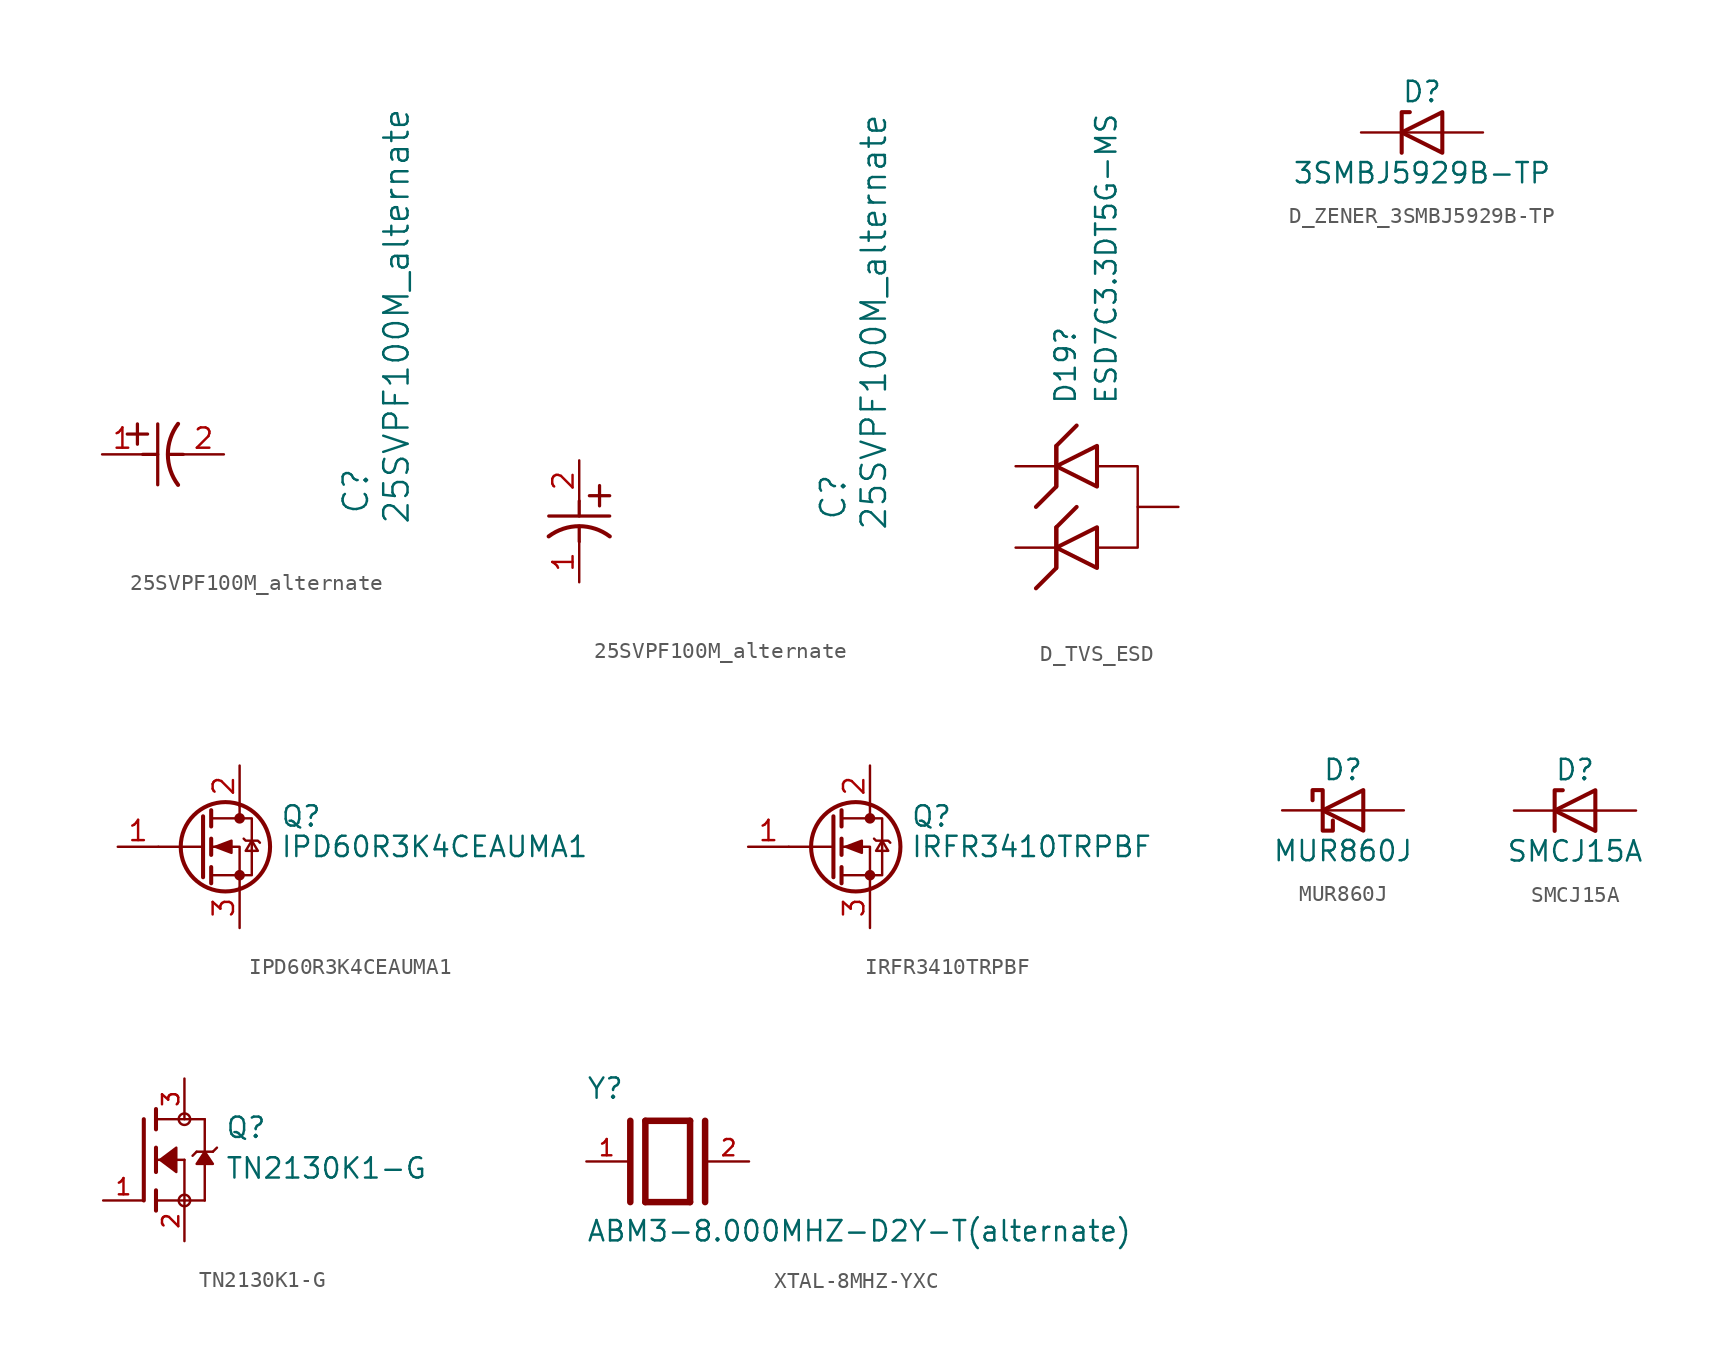
<source format=kicad_sym>
(kicad_symbol_lib
  (version 20241209)
  (generator "kicad_symbol_editor")
  (generator_version "9.0")
  (symbol "25SVPF100M_alternate"
    (pin_names
      (offset 0.254))
    (property "Reference" "C"
      (at 15.875 -3.81 90)
      (effects (font (size 1.524 1.524)) (justify left)))
    (property "Value" "25SVPF100M_alternate"
      (at 18.415 -4.445 90)
      (effects (font (size 1.524 1.524)) (justify left)))
    (symbol "25SVPF100M_alternate_1_1"
      (polyline (pts (xy 1.575 1.27) (xy 2.845 1.27)) (stroke (width 0.203) (type default)) (fill (type none)))
      (polyline (pts (xy 2.21 0.635) (xy 2.21 1.905)) (stroke (width 0.203) (type default)) (fill (type none)))
      (polyline (pts (xy 2.54 0) (xy 3.48 0)) (stroke (width 0.203) (type default)) (fill (type none)))
      (polyline (pts (xy 3.48 -1.905) (xy 3.48 1.905)) (stroke (width 0.203) (type default)) (fill (type none)))
      (polyline (pts (xy 4.115 0) (xy 5.08 0)) (stroke (width 0.203) (type default)) (fill (type none)))
      (arc (start 4.7541 -1.9108) (mid 4.1148 0) (end 4.7541 1.9108) (stroke (width 0.254) (type default)) (fill (type none)))
      (pin unspecified line (at 0 0 0) (length 2.54) (name "" (effects (font (size 1.27 1.27)))) (number "1" (effects (font (size 1.27 1.27)))))
      (pin unspecified line (at 7.62 0 180) (length 2.54) (name "" (effects (font (size 1.27 1.27)))) (number "2" (effects (font (size 1.27 1.27))))))
    (symbol "25SVPF100M_alternate_1_2"
      (polyline (pts (xy -1.905 -3.48) (xy 1.905 -3.48)) (stroke (width 0.203) (type default)) (fill (type none)))
      (polyline (pts (xy 0 -2.54) (xy 0 -3.48)) (stroke (width 0.203) (type default)) (fill (type none)))
      (polyline (pts (xy 0 -4.115) (xy 0 -5.08)) (stroke (width 0.203) (type default)) (fill (type none)))
      (arc (start -1.9108 -4.7541) (mid 0 -4.1148) (end 1.9108 -4.7541) (stroke (width 0.254) (type default)) (fill (type none)))
      (polyline (pts (xy 0.635 -2.21) (xy 1.905 -2.21)) (stroke (width 0.203) (type default)) (fill (type none)))
      (polyline (pts (xy 1.27 -1.575) (xy 1.27 -2.845)) (stroke (width 0.203) (type default)) (fill (type none)))
      (pin unspecified line (at 0 0 270) (length 2.54) (name "" (effects (font (size 1.27 1.27)))) (number "2" (effects (font (size 1.27 1.27)))))
      (pin unspecified line (at 0 -7.62 90) (length 2.54) (name "" (effects (font (size 1.27 1.27)))) (number "1" (effects (font (size 1.27 1.27)))))))
  (symbol "D_TVS_ESD"
    (pin_numbers
      (hide yes))
    (pin_names
      (offset 1.016)
      (hide yes))
    (property "Reference" "D19"
      (at -0.699 6.35 90)
      (effects (font (size 1.27 1.27)) (justify left)))
    (property "Value" "ESD7C3.3DT5G-MS"
      (at 1.841 6.35 90)
      (effects (font (size 1.27 1.27)) (justify left)))
    (symbol "D_TVS_ESD_0_1"
      (polyline (pts (xy -1.27 3.81) (xy -1.27 1.27) (xy -2.54 0)) (stroke (width 0.254) (type default)) (fill (type none)))
      (polyline (pts (xy -1.27 1.27) (xy -1.27 3.81) (xy 0 5.08)) (stroke (width 0.254) (type default)) (fill (type none)))
      (polyline (pts (xy -1.27 -1.27) (xy -1.27 -3.81) (xy -2.54 -5.08)) (stroke (width 0.254) (type default)) (fill (type none)))
      (polyline (pts (xy -1.27 -3.81) (xy -1.27 -1.27) (xy 0 0)) (stroke (width 0.254) (type default)) (fill (type none)))
      (polyline (pts (xy 1.27 2.54) (xy 3.81 2.54) (xy 3.81 -2.54) (xy 1.27 -2.54)) (stroke (width 0) (type default)) (fill (type none)))
      (polyline (pts (xy 1.27 1.27) (xy 1.27 3.81) (xy -1.27 2.54) (xy 1.27 1.27)) (stroke (width 0.254) (type default)) (fill (type none)))
      (polyline (pts (xy 1.27 -3.81) (xy 1.27 -1.27) (xy -1.27 -2.54) (xy 1.27 -3.81)) (stroke (width 0.254) (type default)) (fill (type none))))
    (symbol "D_TVS_ESD_1_1"
      (pin passive line (at -3.81 2.54 0) (length 2.54) (name "~" (effects (font (size 1.27 1.27)))) (number "1" (effects (font (size 1.27 1.27)))))
      (pin passive line (at -3.81 -2.54 0) (length 2.54) (name "~" (effects (font (size 1.27 1.27)))) (number "2" (effects (font (size 1.27 1.27)))))
      (pin passive line (at 6.35 0 180) (length 2.54) (name "~" (effects (font (size 1.27 1.27)))) (number "3" (effects (font (size 1.27 1.27)))))))
  (symbol "D_ZENER_3SMBJ5929B-TP"
    (pin_numbers
      (hide yes))
    (pin_names
      (offset 1.016)
      (hide yes))
    (property "Reference" "D"
      (at 0 2.54 0)
      (effects (font (size 1.27 1.27))))
    (property "Value" "3SMBJ5929B-TP"
      (at 0 -2.54 0)
      (effects (font (size 1.27 1.27))))
    (symbol "D_ZENER_3SMBJ5929B-TP_0_1"
      (polyline (pts (xy -1.27 -1.27) (xy -1.27 1.27) (xy -0.762 1.27)) (stroke (width 0.254) (type default)) (fill (type none)))
      (polyline (pts (xy 1.27 0) (xy -1.27 0)) (stroke (width 0) (type default)) (fill (type none)))
      (polyline (pts (xy 1.27 -1.27) (xy 1.27 1.27) (xy -1.27 0) (xy 1.27 -1.27)) (stroke (width 0.254) (type default)) (fill (type none))))
    (symbol "D_ZENER_3SMBJ5929B-TP_1_1"
      (pin passive line (at -3.81 0 0) (length 2.54) (name "K" (effects (font (size 1.27 1.27)))) (number "1" (effects (font (size 1.27 1.27)))))
      (pin passive line (at 3.81 0 180) (length 2.54) (name "A" (effects (font (size 1.27 1.27)))) (number "2" (effects (font (size 1.27 1.27)))))))
  (symbol "IPD60R3K4CEAUMA1"
    (pin_names
      (hide yes))
    (property "Reference" "Q"
      (at 5.08 1.905 0)
      (effects (font (size 1.27 1.27)) (justify left)))
    (property "Value" "IPD60R3K4CEAUMA1"
      (at 5.08 0 0)
      (effects (font (size 1.27 1.27)) (justify left)))
    (symbol "IPD60R3K4CEAUMA1_0_1"
      (polyline (pts (xy 0.254 1.905) (xy 0.254 -1.905)) (stroke (width 0.254) (type default)) (fill (type none)))
      (polyline (pts (xy 0.254 0) (xy -2.54 0)) (stroke (width 0) (type default)) (fill (type none)))
      (polyline (pts (xy 0.762 2.286) (xy 0.762 1.27)) (stroke (width 0.254) (type default)) (fill (type none)))
      (polyline (pts (xy 0.762 0.508) (xy 0.762 -0.508)) (stroke (width 0.254) (type default)) (fill (type none)))
      (polyline (pts (xy 0.762 -1.27) (xy 0.762 -2.286)) (stroke (width 0.254) (type default)) (fill (type none)))
      (polyline (pts (xy 0.762 -1.778) (xy 3.302 -1.778) (xy 3.302 1.778) (xy 0.762 1.778)) (stroke (width 0) (type default)) (fill (type none)))
      (polyline (pts (xy 1.016 0) (xy 2.032 0.381) (xy 2.032 -0.381) (xy 1.016 0)) (stroke (width 0) (type default)) (fill (type outline)))
      (circle (center 1.651 0) (radius 2.794) (stroke (width 0.254) (type default)) (fill (type none)))
      (polyline (pts (xy 2.54 2.54) (xy 2.54 1.778)) (stroke (width 0) (type default)) (fill (type none)))
      (circle (center 2.54 1.778) (radius 0.254) (stroke (width 0) (type default)) (fill (type outline)))
      (circle (center 2.54 -1.778) (radius 0.254) (stroke (width 0) (type default)) (fill (type outline)))
      (polyline (pts (xy 2.54 -2.54) (xy 2.54 0) (xy 0.762 0)) (stroke (width 0) (type default)) (fill (type none)))
      (polyline (pts (xy 2.794 0.508) (xy 2.921 0.381) (xy 3.683 0.381) (xy 3.81 0.254)) (stroke (width 0) (type default)) (fill (type none)))
      (polyline (pts (xy 3.302 0.381) (xy 2.921 -0.254) (xy 3.683 -0.254) (xy 3.302 0.381)) (stroke (width 0) (type default)) (fill (type none))))
    (symbol "IPD60R3K4CEAUMA1_1_1"
      (pin passive line (at -5.08 0 0) (length 2.54) (name "G" (effects (font (size 1.27 1.27)))) (number "1" (effects (font (size 1.27 1.27)))))
      (pin passive line (at 2.54 5.08 270) (length 2.54) (name "D" (effects (font (size 1.27 1.27)))) (number "2" (effects (font (size 1.27 1.27)))))
      (pin passive line (at 2.54 -5.08 90) (length 2.54) (name "S" (effects (font (size 1.27 1.27)))) (number "3" (effects (font (size 1.27 1.27)))))))
  (symbol "IRFR3410TRPBF"
    (pin_names
      (hide yes))
    (property "Reference" "Q"
      (at 5.08 1.905 0)
      (effects (font (size 1.27 1.27)) (justify left)))
    (property "Value" "IRFR3410TRPBF"
      (at 5.08 0 0)
      (effects (font (size 1.27 1.27)) (justify left)))
    (symbol "IRFR3410TRPBF_0_1"
      (polyline (pts (xy 0.254 1.905) (xy 0.254 -1.905)) (stroke (width 0.254) (type default)) (fill (type none)))
      (polyline (pts (xy 0.254 0) (xy -2.54 0)) (stroke (width 0) (type default)) (fill (type none)))
      (polyline (pts (xy 0.762 2.286) (xy 0.762 1.27)) (stroke (width 0.254) (type default)) (fill (type none)))
      (polyline (pts (xy 0.762 0.508) (xy 0.762 -0.508)) (stroke (width 0.254) (type default)) (fill (type none)))
      (polyline (pts (xy 0.762 -1.27) (xy 0.762 -2.286)) (stroke (width 0.254) (type default)) (fill (type none)))
      (polyline (pts (xy 0.762 -1.778) (xy 3.302 -1.778) (xy 3.302 1.778) (xy 0.762 1.778)) (stroke (width 0) (type default)) (fill (type none)))
      (polyline (pts (xy 1.016 0) (xy 2.032 0.381) (xy 2.032 -0.381) (xy 1.016 0)) (stroke (width 0) (type default)) (fill (type outline)))
      (circle (center 1.651 0) (radius 2.794) (stroke (width 0.254) (type default)) (fill (type none)))
      (polyline (pts (xy 2.54 2.54) (xy 2.54 1.778)) (stroke (width 0) (type default)) (fill (type none)))
      (circle (center 2.54 1.778) (radius 0.254) (stroke (width 0) (type default)) (fill (type outline)))
      (circle (center 2.54 -1.778) (radius 0.254) (stroke (width 0) (type default)) (fill (type outline)))
      (polyline (pts (xy 2.54 -2.54) (xy 2.54 0) (xy 0.762 0)) (stroke (width 0) (type default)) (fill (type none)))
      (polyline (pts (xy 2.794 0.508) (xy 2.921 0.381) (xy 3.683 0.381) (xy 3.81 0.254)) (stroke (width 0) (type default)) (fill (type none)))
      (polyline (pts (xy 3.302 0.381) (xy 2.921 -0.254) (xy 3.683 -0.254) (xy 3.302 0.381)) (stroke (width 0) (type default)) (fill (type none))))
    (symbol "IRFR3410TRPBF_1_1"
      (pin passive line (at -5.08 0 0) (length 2.54) (name "G" (effects (font (size 1.27 1.27)))) (number "1" (effects (font (size 1.27 1.27)))))
      (pin passive line (at 2.54 5.08 270) (length 2.54) (name "D" (effects (font (size 1.27 1.27)))) (number "2" (effects (font (size 1.27 1.27)))))
      (pin passive line (at 2.54 -5.08 90) (length 2.54) (name "S" (effects (font (size 1.27 1.27)))) (number "3" (effects (font (size 1.27 1.27)))))))
  (symbol "MUR860J"
    (pin_numbers
      (hide yes))
    (pin_names
      (offset 1.016)
      (hide yes))
    (property "Reference" "D"
      (at 0 2.54 0)
      (effects (font (size 1.27 1.27))))
    (property "Value" "MUR860J"
      (at 0 -2.54 0)
      (effects (font (size 1.27 1.27))))
    (symbol "MUR860J_0_1"
      (polyline (pts (xy -1.905 0.635) (xy -1.905 1.27) (xy -1.27 1.27) (xy -1.27 -1.27) (xy -0.635 -1.27) (xy -0.635 -0.635)) (stroke (width 0.254) (type default)) (fill (type none)))
      (polyline (pts (xy 1.27 1.27) (xy 1.27 -1.27) (xy -1.27 0) (xy 1.27 1.27)) (stroke (width 0.254) (type default)) (fill (type none)))
      (polyline (pts (xy 1.27 0) (xy -1.27 0)) (stroke (width 0) (type default)) (fill (type none))))
    (symbol "MUR860J_1_1"
      (pin passive line (at -3.81 0 0) (length 2.54) (name "K" (effects (font (size 1.27 1.27)))) (number "1" (effects (font (size 1.27 1.27)))))
      (pin passive line (at 3.81 0 180) (length 2.54) (name "A" (effects (font (size 1.27 1.27)))) (number "2" (effects (font (size 1.27 1.27)))))))
  (symbol "SMCJ15A"
    (pin_numbers
      (hide yes))
    (pin_names
      (offset 1.016)
      (hide yes))
    (property "Reference" "D"
      (at 0 2.54 0)
      (effects (font (size 1.27 1.27))))
    (property "Value" "SMCJ15A"
      (at 0 -2.54 0)
      (effects (font (size 1.27 1.27))))
    (symbol "SMCJ15A_0_1"
      (polyline (pts (xy -1.27 -1.27) (xy -1.27 1.27) (xy -0.762 1.27)) (stroke (width 0.254) (type default)) (fill (type none)))
      (polyline (pts (xy 1.27 0) (xy -1.27 0)) (stroke (width 0) (type default)) (fill (type none)))
      (polyline (pts (xy 1.27 -1.27) (xy 1.27 1.27) (xy -1.27 0) (xy 1.27 -1.27)) (stroke (width 0.254) (type default)) (fill (type none))))
    (symbol "SMCJ15A_1_1"
      (pin passive line (at -3.81 0 0) (length 2.54) (name "K" (effects (font (size 1.27 1.27)))) (number "1" (effects (font (size 1.27 1.27)))))
      (pin passive line (at 3.81 0 180) (length 2.54) (name "A" (effects (font (size 1.27 1.27)))) (number "2" (effects (font (size 1.27 1.27)))))))
  (symbol "TN2130K1-G"
    (pin_names
      (offset 1.016))
    (property "Reference" "Q"
      (at 5.08 1.27 0)
      (effects (font (size 1.27 1.27)) (justify left bottom)))
    (property "Value" "TN2130K1-G"
      (at 5.08 -1.27 0)
      (effects (font (size 1.27 1.27)) (justify left bottom)))
    (symbol "TN2130K1-G_0_0"
      (polyline (pts (xy 0 2.54) (xy 0 -2.54)) (stroke (width 0.254) (type default)) (fill (type none)))
      (polyline (pts (xy 0.762 3.175) (xy 0.762 2.54)) (stroke (width 0.254) (type default)) (fill (type none)))
      (polyline (pts (xy 0.762 2.54) (xy 0.762 1.905)) (stroke (width 0.254) (type default)) (fill (type none)))
      (polyline (pts (xy 0.762 2.54) (xy 3.81 2.54)) (stroke (width 0.152) (type default)) (fill (type none)))
      (polyline (pts (xy 0.762 0.762) (xy 0.762 0)) (stroke (width 0.254) (type default)) (fill (type none)))
      (polyline (pts (xy 0.762 0) (xy 0.762 -0.762)) (stroke (width 0.254) (type default)) (fill (type none)))
      (polyline (pts (xy 0.762 0) (xy 2.54 0)) (stroke (width 0.152) (type default)) (fill (type none)))
      (polyline (pts (xy 0.762 -1.905) (xy 0.762 -2.54)) (stroke (width 0.254) (type default)) (fill (type none)))
      (polyline (pts (xy 0.762 -2.54) (xy 0.762 -3.175)) (stroke (width 0.254) (type default)) (fill (type none)))
      (polyline (pts (xy 1.016 0) (xy 2.032 0.762) (xy 2.032 -0.762) (xy 1.016 0)) (stroke (width 0.152) (type default)) (fill (type outline)))
      (circle (center 2.54 2.54) (radius 0.359) (stroke (width 0) (type default)) (fill (type none)))
      (polyline (pts (xy 2.54 0) (xy 2.54 -2.54)) (stroke (width 0.152) (type default)) (fill (type none)))
      (polyline (pts (xy 2.54 -2.54) (xy 0.762 -2.54)) (stroke (width 0.152) (type default)) (fill (type none)))
      (polyline (pts (xy 2.54 -2.54) (xy 3.81 -2.54)) (stroke (width 0.152) (type default)) (fill (type none)))
      (circle (center 2.54 -2.54) (radius 0.359) (stroke (width 0) (type default)) (fill (type none)))
      (polyline (pts (xy 3.302 0.508) (xy 3.048 0.254)) (stroke (width 0.152) (type default)) (fill (type none)))
      (polyline (pts (xy 3.81 2.54) (xy 3.81 0.508)) (stroke (width 0.152) (type default)) (fill (type none)))
      (polyline (pts (xy 3.81 0.508) (xy 3.302 0.508)) (stroke (width 0.152) (type default)) (fill (type none)))
      (polyline (pts (xy 3.81 0.508) (xy 3.81 -2.54)) (stroke (width 0.152) (type default)) (fill (type none)))
      (polyline (pts (xy 3.81 0.508) (xy 3.302 -0.254) (xy 4.318 -0.254) (xy 3.81 0.508)) (stroke (width 0.152) (type default)) (fill (type outline)))
      (polyline (pts (xy 4.318 0.508) (xy 3.81 0.508)) (stroke (width 0.152) (type default)) (fill (type none)))
      (polyline (pts (xy 4.572 0.762) (xy 4.318 0.508)) (stroke (width 0.152) (type default)) (fill (type none)))
      (pin passive line (at -2.54 -2.54 0) (length 2.54) (name "~" (effects (font (size 1.016 1.016)))) (number "1" (effects (font (size 1.016 1.016)))))
      (pin passive line (at 2.54 5.08 270) (length 2.54) (name "~" (effects (font (size 1.016 1.016)))) (number "3" (effects (font (size 1.016 1.016)))))
      (pin passive line (at 2.54 -5.08 90) (length 2.54) (name "~" (effects (font (size 1.016 1.016)))) (number "2" (effects (font (size 1.016 1.016)))))))
  (symbol "XTAL-8MHZ-YXC"
    (pin_names
      (offset 1.016))
    (property "Reference" "Y"
      (at -5.088 3.816 0)
      (effects (font (size 1.27 1.27)) (justify left bottom)))
    (property "Value" "ABM3-8.000MHZ-D2Y-T(alternate)"
      (at -5.094 -5.094 0)
      (effects (font (size 1.27 1.27)) (justify left bottom)))
    (symbol "XTAL-8MHZ-YXC_0_0"
      (polyline (pts (xy -2.337 2.54) (xy -2.337 -2.54)) (stroke (width 0.406) (type default)) (fill (type none)))
      (polyline (pts (xy -1.397 2.54) (xy -1.397 -2.54)) (stroke (width 0.406) (type default)) (fill (type none)))
      (polyline (pts (xy -1.397 2.54) (xy 1.397 2.54)) (stroke (width 0.406) (type default)) (fill (type none)))
      (polyline (pts (xy 1.397 2.54) (xy 1.397 -2.54)) (stroke (width 0.406) (type default)) (fill (type none)))
      (polyline (pts (xy 1.397 -2.54) (xy -1.397 -2.54)) (stroke (width 0.406) (type default)) (fill (type none)))
      (polyline (pts (xy 2.337 2.54) (xy 2.337 -2.54)) (stroke (width 0.406) (type default)) (fill (type none)))
      (pin passive line (at -5.08 0 0) (length 2.54) (name "~" (effects (font (size 1.016 1.016)))) (number "1" (effects (font (size 1.016 1.016)))))
      (pin passive line (at 5.08 0 180) (length 2.54) (name "~" (effects (font (size 1.016 1.016)))) (number "2" (effects (font (size 1.016 1.016))))))))
</source>
